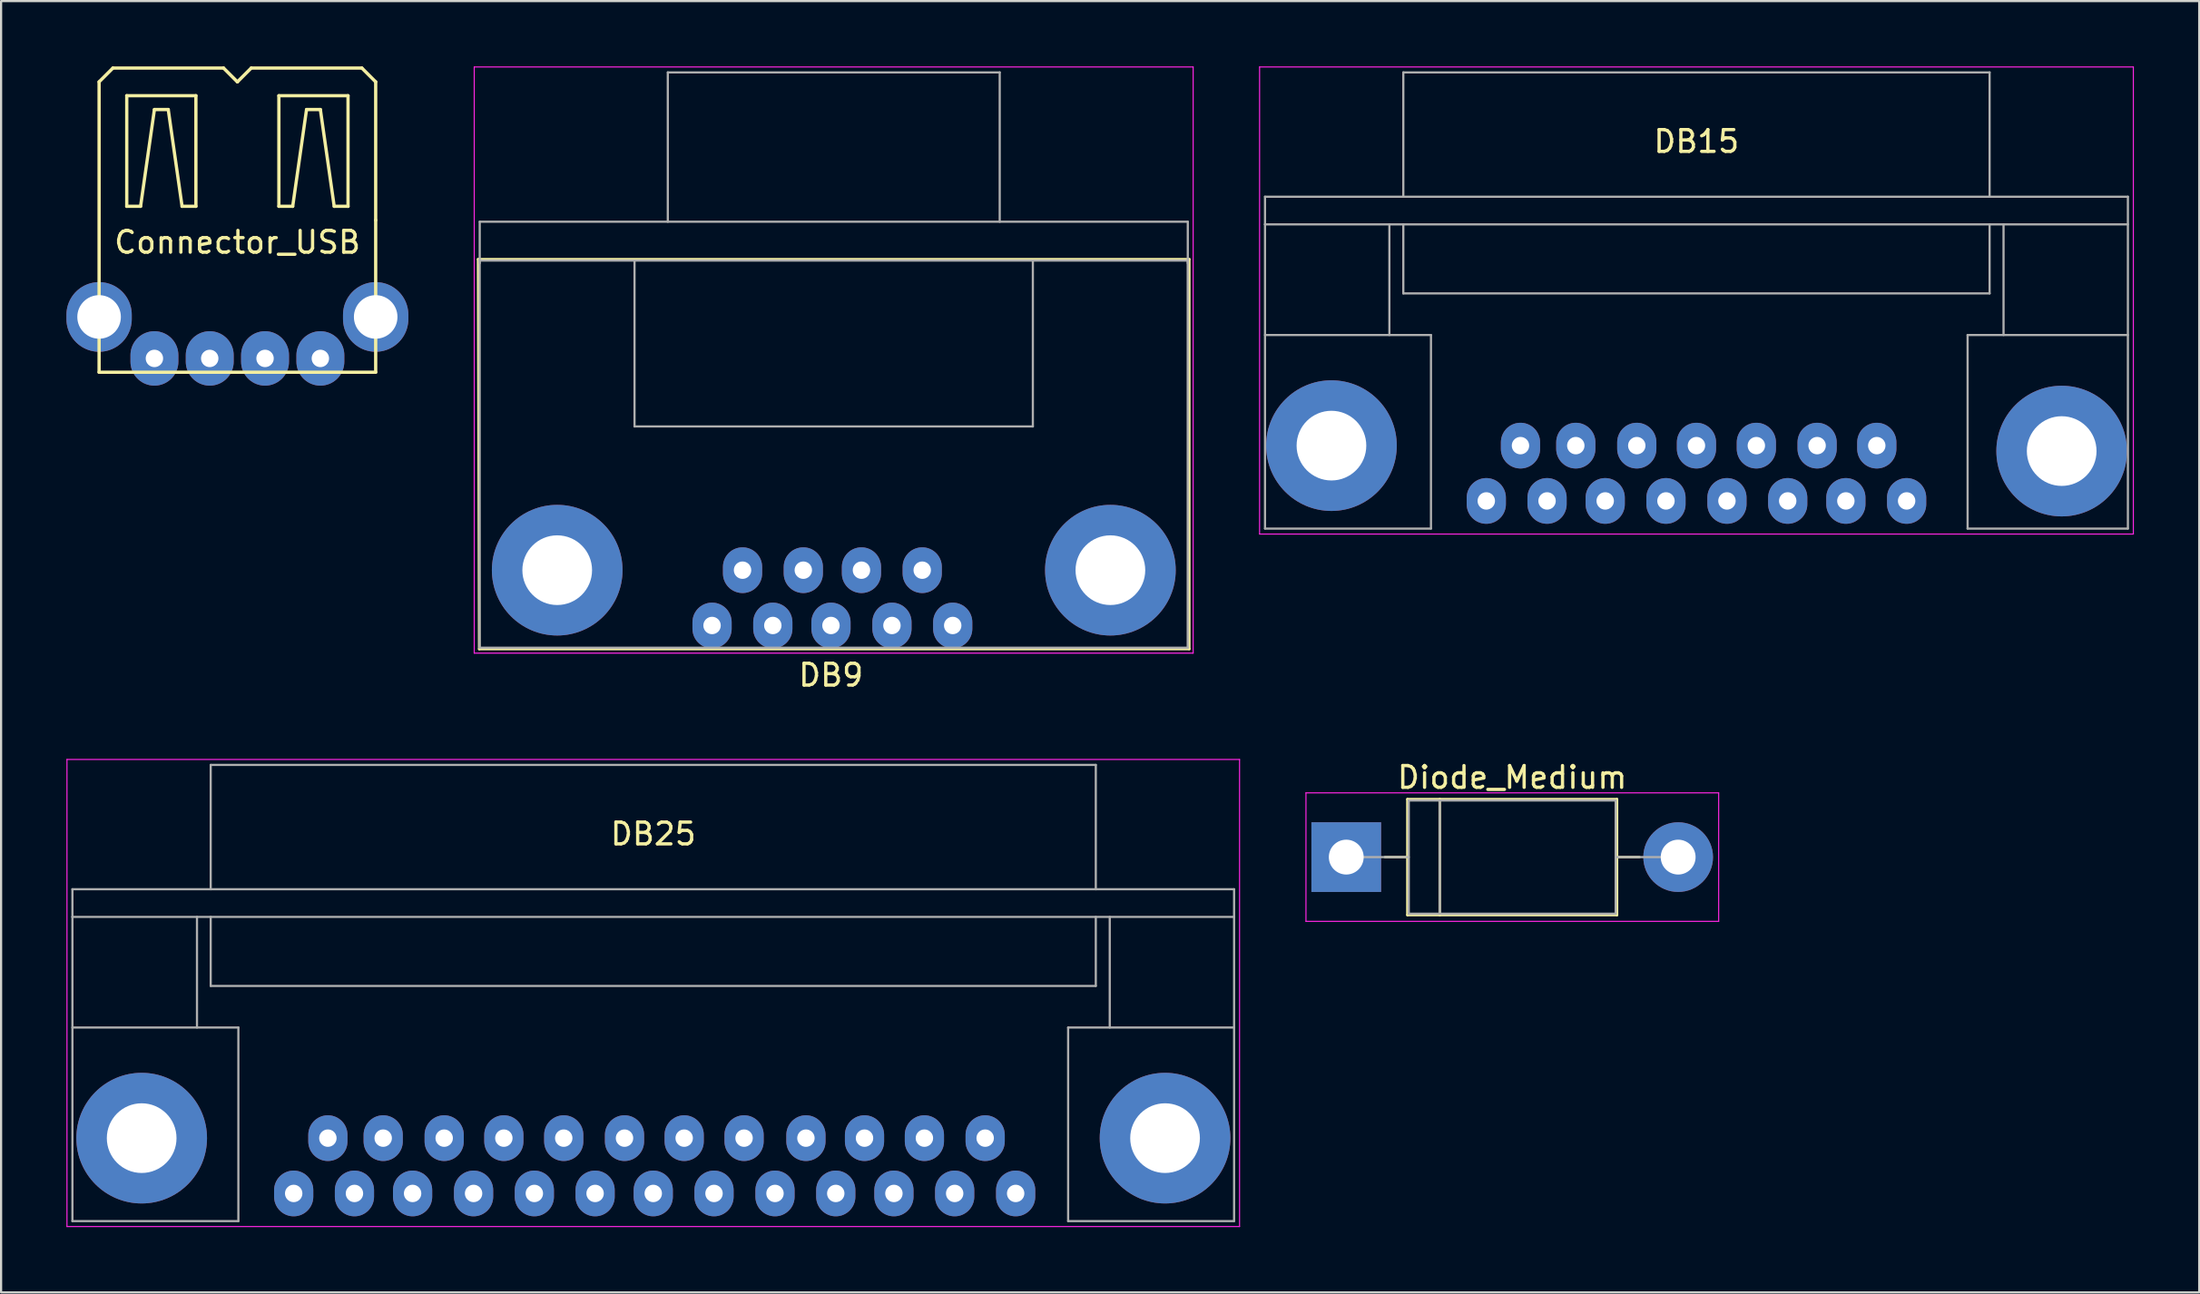
<source format=kicad_pcb>
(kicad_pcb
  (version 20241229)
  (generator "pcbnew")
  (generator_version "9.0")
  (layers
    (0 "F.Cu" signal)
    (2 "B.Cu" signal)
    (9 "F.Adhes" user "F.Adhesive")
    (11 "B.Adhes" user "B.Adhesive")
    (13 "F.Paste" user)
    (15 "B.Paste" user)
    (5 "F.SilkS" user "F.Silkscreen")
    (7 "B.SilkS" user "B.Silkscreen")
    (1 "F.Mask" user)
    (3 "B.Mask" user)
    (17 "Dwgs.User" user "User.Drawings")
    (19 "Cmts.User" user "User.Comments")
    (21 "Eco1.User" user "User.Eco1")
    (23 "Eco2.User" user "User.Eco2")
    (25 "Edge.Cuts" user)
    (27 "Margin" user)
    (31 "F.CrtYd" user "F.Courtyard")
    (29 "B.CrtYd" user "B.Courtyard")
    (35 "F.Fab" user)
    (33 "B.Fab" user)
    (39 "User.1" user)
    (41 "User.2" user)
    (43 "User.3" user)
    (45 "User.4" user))
  (footprint "Diode_Medium"
    (layer "F.Cu")
    (at 58.765 36.312)
    (property "Reference" "Diode_Medium" (at 7.62 -3.66 0) (layer "F.SilkS") (effects (font (size 1 1) (thickness 0.15))))
    (attr through_hole)
    (fp_line (start 1.78 0) (end 2.81 0) (stroke (width 0.12) (type solid)) (layer "F.SilkS"))
    (fp_line (start 2.81 -2.66) (end 2.81 2.66) (stroke (width 0.12) (type solid)) (layer "F.SilkS"))
    (fp_line (start 2.81 2.66) (end 12.43 2.66) (stroke (width 0.12) (type solid)) (layer "F.SilkS"))
    (fp_line (start 4.295 -2.66) (end 4.295 2.66) (stroke (width 0.12) (type solid)) (layer "F.SilkS"))
    (fp_line (start 12.43 -2.66) (end 2.81 -2.66) (stroke (width 0.12) (type solid)) (layer "F.SilkS"))
    (fp_line (start 12.43 2.66) (end 12.43 -2.66) (stroke (width 0.12) (type solid)) (layer "F.SilkS"))
    (fp_line (start 13.46 0) (end 12.43 0) (stroke (width 0.12) (type solid)) (layer "F.SilkS"))
    (fp_line (start -1.85 -2.95) (end -1.85 2.95) (stroke (width 0.05) (type solid)) (layer "F.CrtYd"))
    (fp_line (start -1.85 2.95) (end 17.1 2.95) (stroke (width 0.05) (type solid)) (layer "F.CrtYd"))
    (fp_line (start 17.1 -2.95) (end -1.85 -2.95) (stroke (width 0.05) (type solid)) (layer "F.CrtYd"))
    (fp_line (start 17.1 2.95) (end 17.1 -2.95) (stroke (width 0.05) (type solid)) (layer "F.CrtYd"))
    (fp_line (start 0 0) (end 2.87 0) (stroke (width 0.1) (type solid)) (layer "F.Fab"))
    (fp_line (start 2.87 -2.6) (end 2.87 2.6) (stroke (width 0.1) (type solid)) (layer "F.Fab"))
    (fp_line (start 2.87 2.6) (end 12.37 2.6) (stroke (width 0.1) (type solid)) (layer "F.Fab"))
    (fp_line (start 4.295 -2.6) (end 4.295 2.6) (stroke (width 0.1) (type solid)) (layer "F.Fab"))
    (fp_line (start 12.37 -2.6) (end 2.87 -2.6) (stroke (width 0.1) (type solid)) (layer "F.Fab"))
    (fp_line (start 12.37 2.6) (end 12.37 -2.6) (stroke (width 0.1) (type solid)) (layer "F.Fab"))
    (fp_line (start 15.24 0) (end 12.37 0) (stroke (width 0.1) (type solid)) (layer "F.Fab"))
    (pad "1" thru_hole rect (at 0 0) (size 3.2 3.2) (drill 1.6) (layers "*.Cu" "*.Mask"))
    (pad "2" thru_hole oval (at 15.24 0) (size 3.2 3.2) (drill 1.6) (layers "*.Cu" "*.Mask")))
  (footprint "DB15"
    (layer "F.Cu")
    (at 65.195 19.955)
    (property "Reference" "DB15" (at 9.65 -16.51 0) (layer "F.SilkS") (effects (font (size 1 1) (thickness 0.15))))
    (attr through_hole)
    (fp_line (start -10.41 -19.93) (end -10.41 1.52) (stroke (width 0.05) (type solid)) (layer "F.CrtYd"))
    (fp_line (start -10.41 -19.93) (end 29.71 -19.93) (stroke (width 0.05) (type solid)) (layer "F.CrtYd"))
    (fp_line (start 29.71 1.52) (end -10.41 1.52) (stroke (width 0.05) (type solid)) (layer "F.CrtYd"))
    (fp_line (start 29.71 1.52) (end 29.71 -19.93) (stroke (width 0.05) (type solid)) (layer "F.CrtYd"))
    (fp_line (start -10.16 -13.97) (end -10.16 -12.7) (stroke (width 0.1) (type solid)) (layer "F.Fab"))
    (fp_line (start -10.16 -7.62) (end -2.54 -7.62) (stroke (width 0.1) (type solid)) (layer "F.Fab"))
    (fp_line (start -10.16 1.27) (end -10.16 -12.7) (stroke (width 0.1) (type solid)) (layer "F.Fab"))
    (fp_line (start -10.16 1.27) (end -2.54 1.27) (stroke (width 0.1) (type solid)) (layer "F.Fab"))
    (fp_line (start -4.45 -12.7) (end -4.45 -7.62) (stroke (width 0.1) (type solid)) (layer "F.Fab"))
    (fp_line (start -3.81 -19.68) (end -3.81 -13.97) (stroke (width 0.1) (type solid)) (layer "F.Fab"))
    (fp_line (start -3.81 -19.68) (end 23.11 -19.68) (stroke (width 0.1) (type solid)) (layer "F.Fab"))
    (fp_line (start -3.81 -9.53) (end -3.81 -12.7) (stroke (width 0.1) (type solid)) (layer "F.Fab"))
    (fp_line (start -2.54 -7.62) (end -2.54 1.27) (stroke (width 0.1) (type solid)) (layer "F.Fab"))
    (fp_line (start 22.1 -7.62) (end 29.46 -7.62) (stroke (width 0.1) (type solid)) (layer "F.Fab"))
    (fp_line (start 22.1 1.27) (end 22.1 -7.62) (stroke (width 0.1) (type solid)) (layer "F.Fab"))
    (fp_line (start 23.11 -13.97) (end 23.11 -19.68) (stroke (width 0.1) (type solid)) (layer "F.Fab"))
    (fp_line (start 23.11 -9.53) (end -3.81 -9.53) (stroke (width 0.1) (type solid)) (layer "F.Fab"))
    (fp_line (start 23.11 -9.53) (end 23.11 -12.7) (stroke (width 0.1) (type solid)) (layer "F.Fab"))
    (fp_line (start 23.75 -7.62) (end 23.75 -12.7) (stroke (width 0.1) (type solid)) (layer "F.Fab"))
    (fp_line (start 29.46 -13.97) (end -10.16 -13.97) (stroke (width 0.1) (type solid)) (layer "F.Fab"))
    (fp_line (start 29.46 -12.7) (end -10.16 -12.7) (stroke (width 0.1) (type solid)) (layer "F.Fab"))
    (fp_line (start 29.46 1.27) (end 22.1 1.27) (stroke (width 0.1) (type solid)) (layer "F.Fab"))
    (fp_line (start 29.46 1.27) (end 29.46 -13.97) (stroke (width 0.1) (type solid)) (layer "F.Fab"))
    (pad "" thru_hole circle (at -7.11 -2.54) (size 6 6) (drill 3.2) (layers "*.Cu" "*.Mask"))
    (pad "" thru_hole circle (at 26.42 -2.29) (size 6 6) (drill 3.2) (layers "*.Cu" "*.Mask"))
    (pad "1" thru_hole oval (at 0 0) (size 1.8 2.1) (drill 0.8) (layers "*.Cu" "*.Mask"))
    (pad "2" thru_hole oval (at 2.79 0) (size 1.8 2.1) (drill 0.8) (layers "*.Cu" "*.Mask"))
    (pad "3" thru_hole oval (at 5.46 0) (size 1.8 2.1) (drill 0.8) (layers "*.Cu" "*.Mask"))
    (pad "4" thru_hole oval (at 8.25 0) (size 1.8 2.1) (drill 0.8) (layers "*.Cu" "*.Mask"))
    (pad "5" thru_hole oval (at 11.05 0) (size 1.8 2.1) (drill 0.8) (layers "*.Cu" "*.Mask"))
    (pad "6" thru_hole oval (at 13.84 0) (size 1.8 2.1) (drill 0.8) (layers "*.Cu" "*.Mask"))
    (pad "7" thru_hole oval (at 16.51 0) (size 1.8 2.1) (drill 0.8) (layers "*.Cu" "*.Mask"))
    (pad "8" thru_hole oval (at 19.3 0) (size 1.8 2.1) (drill 0.8) (layers "*.Cu" "*.Mask"))
    (pad "9" thru_hole oval (at 1.57 -2.54) (size 1.8 2.1) (drill 0.8) (layers "*.Cu" "*.Mask"))
    (pad "10" thru_hole oval (at 4.11 -2.54) (size 1.8 2.1) (drill 0.8) (layers "*.Cu" "*.Mask"))
    (pad "11" thru_hole oval (at 6.91 -2.54) (size 1.8 2.1) (drill 0.8) (layers "*.Cu" "*.Mask"))
    (pad "12" thru_hole oval (at 9.65 -2.54) (size 1.8 2.1) (drill 0.8) (layers "*.Cu" "*.Mask"))
    (pad "13" thru_hole oval (at 12.4 -2.54) (size 1.8 2.1) (drill 0.8) (layers "*.Cu" "*.Mask"))
    (pad "14" thru_hole oval (at 15.19 -2.54) (size 1.8 2.1) (drill 0.8) (layers "*.Cu" "*.Mask"))
    (pad "15" thru_hole oval (at 17.93 -2.54) (size 1.8 2.1) (drill 0.8) (layers "*.Cu" "*.Mask")))
  (footprint "DB9"
    (layer "F.Cu")
    (at 29.645 25.675)
    (property "Reference" "DB9" (at 5.46 2.28 0) (layer "F.SilkS") (effects (font (size 1 1) (thickness 0.15))))
    (attr through_hole)
    (fp_line (start -10.74 -16.82) (end -10.69 1.08) (stroke (width 0.12) (type solid)) (layer "F.SilkS"))
    (fp_line (start -10.69 1.08) (end 21.91 1.08) (stroke (width 0.12) (type solid)) (layer "F.SilkS"))
    (fp_line (start 21.91 -16.82) (end -10.74 -16.82) (stroke (width 0.12) (type solid)) (layer "F.SilkS"))
    (fp_line (start 21.91 1.08) (end 21.91 -16.82) (stroke (width 0.12) (type solid)) (layer "F.SilkS"))
    (fp_line (start -10.92 -25.65) (end -10.92 1.27) (stroke (width 0.05) (type solid)) (layer "F.CrtYd"))
    (fp_line (start -10.92 -25.65) (end 22.09 -25.65) (stroke (width 0.05) (type solid)) (layer "F.CrtYd"))
    (fp_line (start 22.09 1.27) (end -10.92 1.27) (stroke (width 0.05) (type solid)) (layer "F.CrtYd"))
    (fp_line (start 22.09 1.27) (end 22.09 -25.65) (stroke (width 0.05) (type solid)) (layer "F.CrtYd"))
    (fp_line (start -10.67 -16.76) (end -10.67 1.02) (stroke (width 0.1) (type solid)) (layer "F.Fab"))
    (fp_line (start -10.67 1.02) (end 21.84 1.02) (stroke (width 0.1) (type solid)) (layer "F.Fab"))
    (fp_line (start -10.668 -18.542) (end -10.668 -16.637) (stroke (width 0.1) (type solid)) (layer "F.Fab"))
    (fp_line (start -3.56 -16.76) (end -3.56 -9.14) (stroke (width 0.1) (type solid)) (layer "F.Fab"))
    (fp_line (start -3.56 -9.14) (end 14.73 -9.14) (stroke (width 0.1) (type solid)) (layer "F.Fab"))
    (fp_line (start -2.032 -25.4) (end -2.032 -18.542) (stroke (width 0.1) (type solid)) (layer "F.Fab"))
    (fp_line (start -2.03 -25.4) (end 13.21 -25.4) (stroke (width 0.1) (type solid)) (layer "F.Fab"))
    (fp_line (start 13.208 -25.4) (end 13.208 -18.542) (stroke (width 0.1) (type solid)) (layer "F.Fab"))
    (fp_line (start 14.73 -9.14) (end 14.73 -16.76) (stroke (width 0.1) (type solid)) (layer "F.Fab"))
    (fp_line (start 21.84 -16.76) (end -10.67 -16.76) (stroke (width 0.1) (type solid)) (layer "F.Fab"))
    (fp_line (start 21.84 1.02) (end 21.84 -16.76) (stroke (width 0.1) (type solid)) (layer "F.Fab"))
    (fp_line (start 21.844 -18.542) (end -10.668 -18.542) (stroke (width 0.1) (type solid)) (layer "F.Fab"))
    (fp_line (start 21.844 -16.637) (end 21.844 -18.542) (stroke (width 0.1) (type solid)) (layer "F.Fab"))
    (pad "1" thru_hole oval (at 0 0) (size 1.8 2.1) (drill 0.8) (layers "*.Cu" "*.Mask"))
    (pad "2" thru_hole oval (at 2.79 0) (size 1.8 2.1) (drill 0.8) (layers "*.Cu" "*.Mask"))
    (pad "3" thru_hole oval (at 5.46 0) (size 1.8 2.1) (drill 0.8) (layers "*.Cu" "*.Mask"))
    (pad "4" thru_hole oval (at 8.26 0) (size 1.8 2.1) (drill 0.8) (layers "*.Cu" "*.Mask"))
    (pad "5" thru_hole oval (at 11.05 0) (size 1.8 2.1) (drill 0.8) (layers "*.Cu" "*.Mask"))
    (pad "6" thru_hole oval (at 1.4 -2.54) (size 1.8 2.1) (drill 0.8) (layers "*.Cu" "*.Mask"))
    (pad "7" thru_hole oval (at 4.19 -2.54) (size 1.8 2.1) (drill 0.8) (layers "*.Cu" "*.Mask"))
    (pad "8" thru_hole oval (at 6.86 -2.54) (size 1.8 2.1) (drill 0.8) (layers "*.Cu" "*.Mask"))
    (pad "9" thru_hole oval (at 9.65 -2.54) (size 1.8 2.1) (drill 0.8) (layers "*.Cu" "*.Mask"))
    (pad "10" thru_hole circle (at 18.29 -2.54) (size 6 6) (drill 3.2) (layers "*.Cu" "*.Mask"))
    (pad "11" thru_hole circle (at -7.11 -2.54) (size 6 6) (drill 3.2) (layers "*.Cu" "*.Mask")))
  (footprint "Connector_USB"
    (layer "F.Cu")
    (at 7.85 7.06)
    (property "Reference" "Connector_USB" (at 0 1.016 0) (layer "F.SilkS") (effects (font (size 1 1) (thickness 0.15))))
    (attr through_hole)
    (fp_line (start -6.35 -6.35) (end -5.715 -6.985) (stroke (width 0.15) (type solid)) (layer "F.SilkS"))
    (fp_line (start -6.35 6.985) (end -6.35 -6.35) (stroke (width 0.15) (type solid)) (layer "F.SilkS"))
    (fp_line (start -5.715 -6.985) (end -0.635 -6.985) (stroke (width 0.15) (type solid)) (layer "F.SilkS"))
    (fp_line (start -5.08 -5.715) (end -1.905 -5.715) (stroke (width 0.15) (type solid)) (layer "F.SilkS"))
    (fp_line (start -5.08 -0.635) (end -5.08 -5.715) (stroke (width 0.15) (type solid)) (layer "F.SilkS"))
    (fp_line (start -4.445 -0.635) (end -5.08 -0.635) (stroke (width 0.15) (type solid)) (layer "F.SilkS"))
    (fp_line (start -3.81 -5.08) (end -4.445 -0.635) (stroke (width 0.15) (type solid)) (layer "F.SilkS"))
    (fp_line (start -3.175 -5.08) (end -3.81 -5.08) (stroke (width 0.15) (type solid)) (layer "F.SilkS"))
    (fp_line (start -2.54 -0.635) (end -3.175 -5.08) (stroke (width 0.15) (type solid)) (layer "F.SilkS"))
    (fp_line (start -1.905 -5.715) (end -1.905 -0.635) (stroke (width 0.15) (type solid)) (layer "F.SilkS"))
    (fp_line (start -1.905 -0.635) (end -2.54 -0.635) (stroke (width 0.15) (type solid)) (layer "F.SilkS"))
    (fp_line (start 0 -6.35) (end -0.635 -6.985) (stroke (width 0.15) (type solid)) (layer "F.SilkS"))
    (fp_line (start 0.635 -6.985) (end 0 -6.35) (stroke (width 0.15) (type solid)) (layer "F.SilkS"))
    (fp_line (start 0.635 -6.985) (end 5.715 -6.985) (stroke (width 0.15) (type solid)) (layer "F.SilkS"))
    (fp_line (start 1.905 -5.715) (end 5.08 -5.715) (stroke (width 0.15) (type solid)) (layer "F.SilkS"))
    (fp_line (start 1.905 -0.635) (end 1.905 -5.715) (stroke (width 0.15) (type solid)) (layer "F.SilkS"))
    (fp_line (start 2.54 -0.635) (end 1.905 -0.635) (stroke (width 0.15) (type solid)) (layer "F.SilkS"))
    (fp_line (start 3.175 -5.08) (end 2.54 -0.635) (stroke (width 0.15) (type solid)) (layer "F.SilkS"))
    (fp_line (start 3.81 -5.08) (end 3.175 -5.08) (stroke (width 0.15) (type solid)) (layer "F.SilkS"))
    (fp_line (start 4.445 -0.635) (end 3.81 -5.08) (stroke (width 0.15) (type solid)) (layer "F.SilkS"))
    (fp_line (start 5.08 -5.715) (end 5.08 -0.635) (stroke (width 0.15) (type solid)) (layer "F.SilkS"))
    (fp_line (start 5.08 -0.635) (end 4.445 -0.635) (stroke (width 0.15) (type solid)) (layer "F.SilkS"))
    (fp_line (start 6.35 -6.35) (end 5.715 -6.985) (stroke (width 0.15) (type solid)) (layer "F.SilkS"))
    (fp_line (start 6.35 -6.35) (end 6.35 0) (stroke (width 0.15) (type solid)) (layer "F.SilkS"))
    (fp_line (start 6.35 0) (end 6.35 6.985) (stroke (width 0.15) (type solid)) (layer "F.SilkS"))
    (fp_line (start 6.35 6.985) (end -6.35 6.985) (stroke (width 0.15) (type solid)) (layer "F.SilkS"))
    (pad "1" thru_hole oval (at 3.81 6.35) (size 2.2 2.5) (drill 0.8) (layers "*.Cu" "*.Mask"))
    (pad "2" thru_hole oval (at 1.27 6.35) (size 2.2 2.5) (drill 0.8) (layers "*.Cu" "*.Mask"))
    (pad "3" thru_hole oval (at -1.27 6.35) (size 2.2 2.5) (drill 0.8) (layers "*.Cu" "*.Mask"))
    (pad "4" thru_hole oval (at -3.81 6.35) (size 2.2 2.5) (drill 0.8) (layers "*.Cu" "*.Mask"))
    (pad "5" thru_hole oval (at -6.35 4.445) (size 3 3.2) (drill 2) (layers "*.Cu" "*.Mask"))
    (pad "5" thru_hole oval (at 6.35 4.445) (size 3 3.2) (drill 2) (layers "*.Cu" "*.Mask")))
  (footprint "DB25"
    (layer "F.Cu")
    (at 10.435 51.758)
    (property "Reference" "DB25" (at 16.51 -16.51 0) (layer "F.SilkS") (effects (font (size 1 1) (thickness 0.15))))
    (attr through_hole)
    (fp_line (start -10.41 -19.93) (end -10.41 1.52) (stroke (width 0.05) (type solid)) (layer "F.CrtYd"))
    (fp_line (start -10.41 -19.93) (end 43.43 -19.93) (stroke (width 0.05) (type solid)) (layer "F.CrtYd"))
    (fp_line (start 43.43 1.52) (end -10.41 1.52) (stroke (width 0.05) (type solid)) (layer "F.CrtYd"))
    (fp_line (start 43.43 1.52) (end 43.43 -19.93) (stroke (width 0.05) (type solid)) (layer "F.CrtYd"))
    (fp_line (start -10.16 -13.97) (end -10.16 -12.7) (stroke (width 0.1) (type solid)) (layer "F.Fab"))
    (fp_line (start -10.16 -12.7) (end 43.18 -12.7) (stroke (width 0.1) (type solid)) (layer "F.Fab"))
    (fp_line (start -10.16 -7.62) (end -2.54 -7.62) (stroke (width 0.1) (type solid)) (layer "F.Fab"))
    (fp_line (start -10.16 1.27) (end -10.16 -12.7) (stroke (width 0.1) (type solid)) (layer "F.Fab"))
    (fp_line (start -10.16 1.27) (end -2.54 1.27) (stroke (width 0.1) (type solid)) (layer "F.Fab"))
    (fp_line (start -4.44 -12.7) (end -4.44 -7.62) (stroke (width 0.1) (type solid)) (layer "F.Fab"))
    (fp_line (start -3.81 -19.68) (end -3.81 -13.97) (stroke (width 0.1) (type solid)) (layer "F.Fab"))
    (fp_line (start -3.81 -19.68) (end 36.83 -19.68) (stroke (width 0.1) (type solid)) (layer "F.Fab"))
    (fp_line (start -3.81 -9.53) (end -3.81 -12.7) (stroke (width 0.1) (type solid)) (layer "F.Fab"))
    (fp_line (start -3.81 -9.53) (end 36.83 -9.53) (stroke (width 0.1) (type solid)) (layer "F.Fab"))
    (fp_line (start -2.54 -7.62) (end -2.54 1.27) (stroke (width 0.1) (type solid)) (layer "F.Fab"))
    (fp_line (start 35.56 -7.62) (end 35.56 1.27) (stroke (width 0.1) (type solid)) (layer "F.Fab"))
    (fp_line (start 35.56 1.27) (end 43.18 1.27) (stroke (width 0.1) (type solid)) (layer "F.Fab"))
    (fp_line (start 36.83 -19.68) (end 36.83 -13.97) (stroke (width 0.1) (type solid)) (layer "F.Fab"))
    (fp_line (start 36.83 -9.53) (end 36.83 -12.7) (stroke (width 0.1) (type solid)) (layer "F.Fab"))
    (fp_line (start 37.47 -12.7) (end 37.47 -7.62) (stroke (width 0.1) (type solid)) (layer "F.Fab"))
    (fp_line (start 43.18 -13.97) (end -10.16 -13.97) (stroke (width 0.1) (type solid)) (layer "F.Fab"))
    (fp_line (start 43.18 -12.7) (end 43.18 -13.97) (stroke (width 0.1) (type solid)) (layer "F.Fab"))
    (fp_line (start 43.18 -12.7) (end 43.18 1.27) (stroke (width 0.1) (type solid)) (layer "F.Fab"))
    (fp_line (start 43.18 -7.62) (end 35.56 -7.62) (stroke (width 0.1) (type solid)) (layer "F.Fab"))
    (pad "1" thru_hole oval (at 0 0) (size 1.8 2.1) (drill 0.8) (layers "*.Cu" "*.Mask"))
    (pad "2" thru_hole oval (at 2.79 0) (size 1.8 2.1) (drill 0.8) (layers "*.Cu" "*.Mask"))
    (pad "3" thru_hole oval (at 5.46 0) (size 1.8 2.1) (drill 0.8) (layers "*.Cu" "*.Mask"))
    (pad "4" thru_hole oval (at 8.26 0) (size 1.8 2.1) (drill 0.8) (layers "*.Cu" "*.Mask"))
    (pad "5" thru_hole oval (at 11.05 0) (size 1.8 2.1) (drill 0.8) (layers "*.Cu" "*.Mask"))
    (pad "6" thru_hole oval (at 13.84 0) (size 1.8 2.1) (drill 0.8) (layers "*.Cu" "*.Mask"))
    (pad "7" thru_hole oval (at 16.51 0) (size 1.8 2.1) (drill 0.8) (layers "*.Cu" "*.Mask"))
    (pad "8" thru_hole oval (at 19.3 0) (size 1.8 2.1) (drill 0.8) (layers "*.Cu" "*.Mask"))
    (pad "9" thru_hole oval (at 22.1 0) (size 1.8 2.1) (drill 0.8) (layers "*.Cu" "*.Mask"))
    (pad "10" thru_hole oval (at 24.89 0) (size 1.8 2.1) (drill 0.8) (layers "*.Cu" "*.Mask"))
    (pad "11" thru_hole oval (at 27.56 0) (size 1.8 2.1) (drill 0.8) (layers "*.Cu" "*.Mask"))
    (pad "12" thru_hole oval (at 30.35 0) (size 1.8 2.1) (drill 0.8) (layers "*.Cu" "*.Mask"))
    (pad "13" thru_hole oval (at 33.15 0) (size 1.8 2.1) (drill 0.8) (layers "*.Cu" "*.Mask"))
    (pad "14" thru_hole oval (at 1.57 -2.54) (size 1.8 2.1) (drill 0.8) (layers "*.Cu" "*.Mask"))
    (pad "15" thru_hole oval (at 4.11 -2.54) (size 1.8 2.1) (drill 0.8) (layers "*.Cu" "*.Mask"))
    (pad "16" thru_hole oval (at 6.91 -2.54) (size 1.8 2.1) (drill 0.8) (layers "*.Cu" "*.Mask"))
    (pad "17" thru_hole oval (at 9.65 -2.54) (size 1.8 2.1) (drill 0.8) (layers "*.Cu" "*.Mask"))
    (pad "18" thru_hole oval (at 12.4 -2.54) (size 1.8 2.1) (drill 0.8) (layers "*.Cu" "*.Mask"))
    (pad "19" thru_hole oval (at 15.19 -2.54) (size 1.8 2.1) (drill 0.8) (layers "*.Cu" "*.Mask"))
    (pad "20" thru_hole oval (at 17.93 -2.54) (size 1.8 2.1) (drill 0.8) (layers "*.Cu" "*.Mask"))
    (pad "21" thru_hole oval (at 20.68 -2.54) (size 1.8 2.1) (drill 0.8) (layers "*.Cu" "*.Mask"))
    (pad "22" thru_hole oval (at 23.52 -2.54) (size 1.8 2.1) (drill 0.8) (layers "*.Cu" "*.Mask"))
    (pad "23" thru_hole oval (at 26.21 -2.54) (size 1.8 2.1) (drill 0.8) (layers "*.Cu" "*.Mask"))
    (pad "24" thru_hole oval (at 28.96 -2.54) (size 1.8 2.1) (drill 0.8) (layers "*.Cu" "*.Mask"))
    (pad "25" thru_hole oval (at 31.75 -2.54) (size 1.8 2.1) (drill 0.8) (layers "*.Cu" "*.Mask"))
    (pad "26" thru_hole circle (at 40.01 -2.54) (size 6 6) (drill 3.2) (layers "*.Cu" "*.Mask"))
    (pad "27" thru_hole circle (at -6.98 -2.54) (size 6 6) (drill 3.2) (layers "*.Cu" "*.Mask")))
  (gr_rect
    (start -3 -3)
    (end 97.93 56.303)
    (stroke (width 0.1) (type default))
    (fill no)
    (layer "Edge.Cuts")))
</source>
